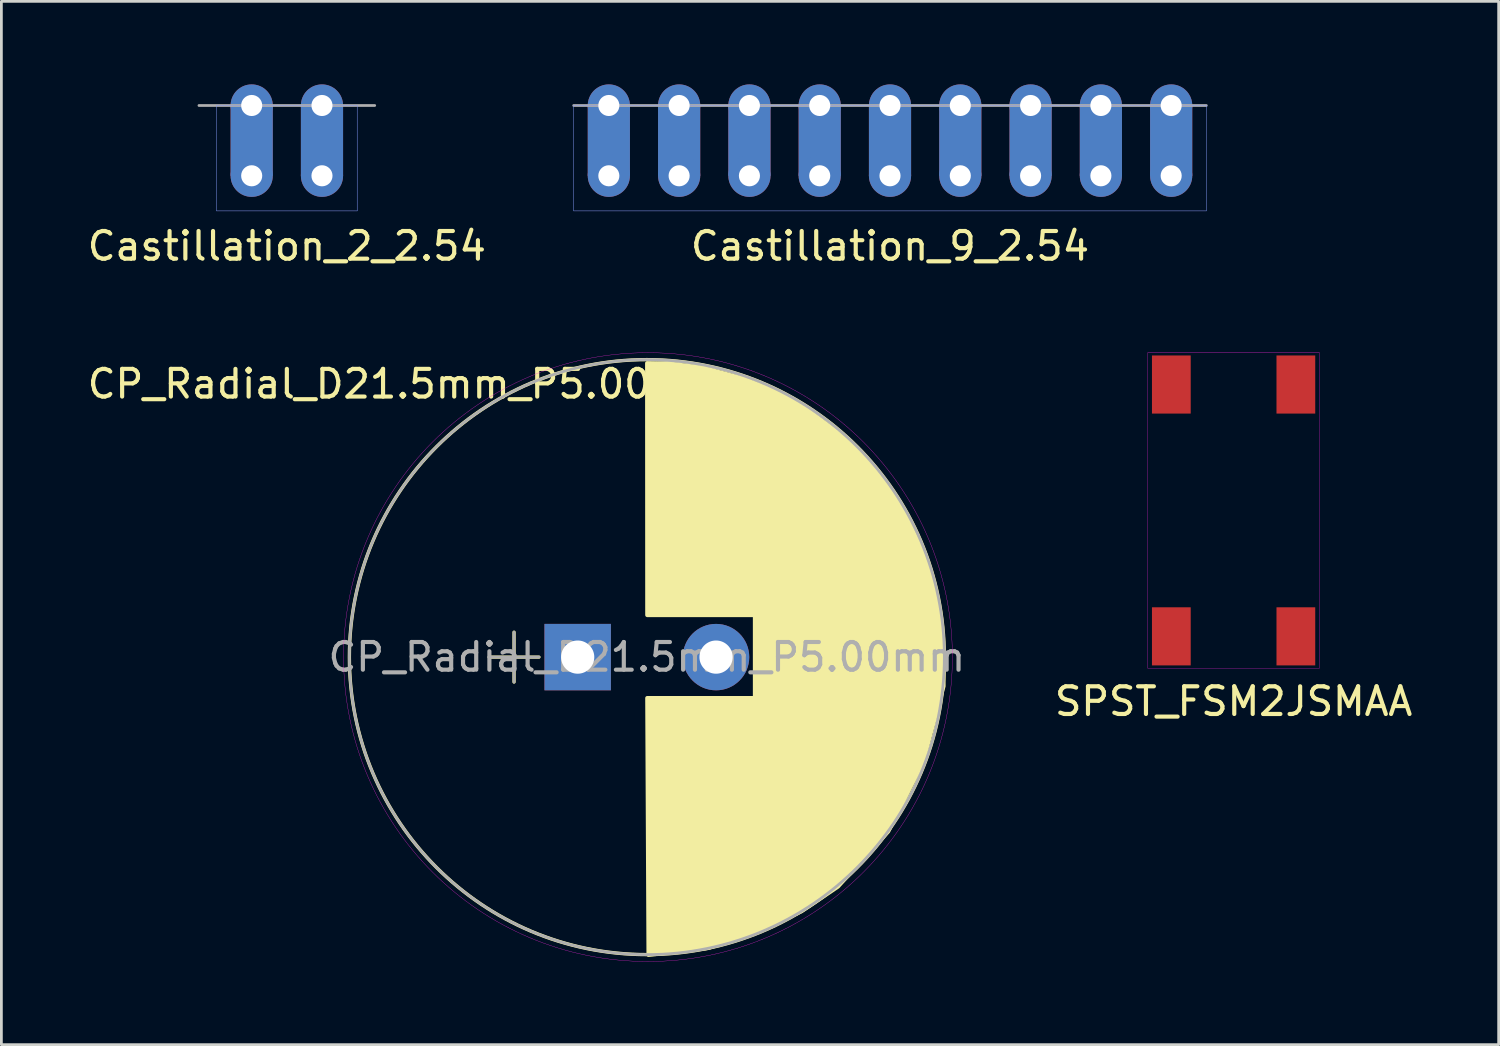
<source format=kicad_pcb>
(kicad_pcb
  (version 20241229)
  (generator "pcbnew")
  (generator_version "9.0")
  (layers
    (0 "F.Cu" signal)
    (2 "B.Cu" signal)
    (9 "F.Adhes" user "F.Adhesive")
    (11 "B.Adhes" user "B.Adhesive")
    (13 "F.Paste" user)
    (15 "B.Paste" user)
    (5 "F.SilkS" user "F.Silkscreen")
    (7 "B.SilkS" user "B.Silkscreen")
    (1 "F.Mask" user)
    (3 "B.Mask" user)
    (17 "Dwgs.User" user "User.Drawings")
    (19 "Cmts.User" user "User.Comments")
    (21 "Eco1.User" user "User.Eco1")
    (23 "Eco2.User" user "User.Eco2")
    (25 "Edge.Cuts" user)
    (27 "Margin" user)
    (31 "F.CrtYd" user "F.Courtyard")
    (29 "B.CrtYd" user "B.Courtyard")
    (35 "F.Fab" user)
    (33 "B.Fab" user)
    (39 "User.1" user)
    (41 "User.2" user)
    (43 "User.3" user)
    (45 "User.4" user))
  (footprint "Castillation_2_2.54"
    (layer "F.Cu")
    (at 6.045 3.302)
    (property "Reference" "Castillation_2_2.54" (at 1.27 2.54 0) (layer "F.SilkS") (effects (font (size 1 1) (thickness 0.15))))
    (attr through_hole)
    (fp_line (start -1.27 -2.54) (end 3.81 -2.54) (stroke (width 0.01) (type solid)) (layer "B.CrtYd"))
    (fp_line (start -1.27 1.27) (end -1.27 -2.54) (stroke (width 0.01) (type solid)) (layer "B.CrtYd"))
    (fp_line (start 3.81 -2.54) (end 3.81 1.27) (stroke (width 0.01) (type solid)) (layer "B.CrtYd"))
    (fp_line (start 3.81 1.27) (end -1.27 1.27) (stroke (width 0.01) (type solid)) (layer "B.CrtYd"))
    (fp_line (start -1.27 -2.54) (end 3.81 -2.54) (stroke (width 0.01) (type solid)) (layer "F.CrtYd"))
    (fp_line (start -1.27 1.27) (end -1.27 -2.54) (stroke (width 0.01) (type solid)) (layer "F.CrtYd"))
    (fp_line (start 3.81 -2.54) (end 3.81 1.27) (stroke (width 0.01) (type solid)) (layer "F.CrtYd"))
    (fp_line (start 3.81 1.27) (end -1.27 1.27) (stroke (width 0.01) (type solid)) (layer "F.CrtYd"))
    (fp_line (start -1.905 -2.54) (end 4.445 -2.54) (stroke (width 0.1) (type solid)) (layer "F.Fab"))
    (pad "1" thru_hole circle (at 0 -2.54) (size 1.524 1.524) (drill 0.762) (layers "*.Cu" "*.Mask"))
    (pad "1" smd rect (at 0 -1.27) (size 1.524 2.54) (layers "F.Cu" "F.Mask" "F.Paste"))
    (pad "1" smd rect (at 0 -1.27) (size 1.524 2.54) (layers "B.Cu" "B.Mask" "B.Paste"))
    (pad "1" thru_hole circle (at 0 0) (size 1.524 1.524) (drill 0.762) (layers "*.Cu" "*.Mask"))
    (pad "2" thru_hole circle (at 2.54 -2.54) (size 1.524 1.524) (drill 0.762) (layers "*.Cu" "*.Mask"))
    (pad "2" smd rect (at 2.54 -1.27) (size 1.524 2.54) (layers "F.Cu" "F.Mask" "F.Paste"))
    (pad "2" smd rect (at 2.54 -1.27) (size 1.524 2.54) (layers "B.Cu" "B.Mask" "B.Paste"))
    (pad "2" thru_hole circle (at 2.54 0) (size 1.524 1.524) (drill 0.762) (layers "*.Cu" "*.Mask")))
  (footprint "SPST_FSM2JSMAA"
    (layer "F.Cu")
    (at 41.527 15.395)
    (property "Reference" "SPST_FSM2JSMAA" (at 0 6.9 0) (layer "F.SilkS") (effects (font (size 1 1) (thickness 0.15))))
    (attr through_hole)
    (fp_line (start -3.1 -5.7) (end 3.1 -5.7) (stroke (width 0.01) (type solid)) (layer "F.CrtYd"))
    (fp_line (start -3.1 5.7) (end -3.1 -5.7) (stroke (width 0.01) (type solid)) (layer "F.CrtYd"))
    (fp_line (start 3.1 -5.7) (end 3.1 5.7) (stroke (width 0.01) (type solid)) (layer "F.CrtYd"))
    (fp_line (start 3.1 5.7) (end -3.1 5.7) (stroke (width 0.01) (type solid)) (layer "F.CrtYd"))
    (pad "1" smd rect (at 2.25 -4.55) (size 1.4 2.1) (layers "F.Cu" "F.Mask" "F.Paste"))
    (pad "2" smd rect (at 2.25 4.55) (size 1.4 2.1) (layers "F.Cu" "F.Mask" "F.Paste"))
    (pad "3" smd rect (at -2.25 -4.55) (size 1.4 2.1) (layers "F.Cu" "F.Mask" "F.Paste"))
    (pad "4" smd rect (at -2.25 4.55) (size 1.4 2.1) (layers "F.Cu" "F.Mask" "F.Paste")))
  (footprint "CP_Radial_D21.5mm_P5.00mm"
    (layer "F.Cu")
    (at 17.825 20.695)
    (property "Reference" "CP_Radial_D21.5mm_P5.00mm" (at -6.2 -9.87 0) (layer "F.SilkS") (effects (font (size 1 1) (thickness 0.15))))
    (attr through_hole)
    (fp_line (start -3.2 0) (end -1.4 0) (stroke (width 0.12) (type solid)) (layer "F.SilkS"))
    (fp_line (start -2.3 -0.9) (end -2.3 0.9) (stroke (width 0.12) (type solid)) (layer "F.SilkS"))
    (fp_arc (start 2.5 10.75) (mid -8.25 0) (end 2.5 -10.75) (stroke (width 0.01) (type solid)) (layer "F.SilkS"))
    (fp_arc (start 2.5 10.75) (mid -8.25 0) (end 2.5 -10.75) (stroke (width 0.01) (type solid)) (layer "F.SilkS"))
    (fp_circle (center 2.5 0) (end 13.25 0) (stroke (width 0.12) (type solid)) (fill no) (layer "F.SilkS"))
    (fp_poly (pts (xy 2.51 -10.62) (xy 2.515 -1.52) (xy 6.405 -1.52) (xy 6.405 1.48) (xy 2.515 1.48) (xy 2.56 10.76) (xy 4.732 10.508) (xy 6.87 9.76) (xy 8.09 9.18) (xy 9.4 8.295) (xy 11.22 6.3) (xy 12.47 3.8) (xy 13.22 1.05) (xy 13.22 0.3) (xy 13.12 -1.44) (xy 12.66 -3.38) (xy 11.65 -5.55) (xy 10.47 -7.13) (xy 9.57 -7.99) (xy 8 -9.15) (xy 7.29 -9.55) (xy 5.95 -10.07) (xy 4.55 -10.45) (xy 3.39 -10.6)) (stroke (width 0.15) (type solid)) (fill yes) (layer "F.SilkS"))
    (fp_circle (center 2.54 0) (end 13.54 0) (stroke (width 0.01) (type solid)) (fill no) (layer "F.CrtYd"))
    (fp_line (start -3.2 0) (end -1.4 0) (stroke (width 0.1) (type solid)) (layer "F.Fab"))
    (fp_line (start -2.3 -0.9) (end -2.3 0.9) (stroke (width 0.1) (type solid)) (layer "F.Fab"))
    (fp_circle (center 2.5 0) (end 13.25 0) (stroke (width 0.1) (type solid)) (fill no) (layer "F.Fab"))
    (fp_text user "${REFERENCE}" (at 2.5 0 0) (layer "F.Fab") (effects (font (size 1 1) (thickness 0.15))))
    (pad "1" thru_hole rect (at 0 0) (size 2.4 2.4) (drill 1.2) (layers "*.Cu" "*.Mask"))
    (pad "2" thru_hole circle (at 5 0) (size 2.4 2.4) (drill 1.2) (layers "*.Cu" "*.Mask")))
  (footprint "Castillation_9_2.54"
    (layer "F.Cu")
    (at 18.951 3.302)
    (property "Reference" "Castillation_9_2.54" (at 10.16 2.54 0) (layer "F.SilkS") (effects (font (size 1 1) (thickness 0.15))))
    (attr through_hole)
    (fp_line (start -1.27 -2.54) (end 21.59 -2.54) (stroke (width 0.01) (type solid)) (layer "B.CrtYd"))
    (fp_line (start -1.27 1.27) (end -1.27 -2.54) (stroke (width 0.01) (type solid)) (layer "B.CrtYd"))
    (fp_line (start 21.59 -2.54) (end 21.59 1.27) (stroke (width 0.01) (type solid)) (layer "B.CrtYd"))
    (fp_line (start 21.59 1.27) (end -1.27 1.27) (stroke (width 0.01) (type solid)) (layer "B.CrtYd"))
    (fp_line (start -1.27 -2.54) (end 21.59 -2.54) (stroke (width 0.01) (type solid)) (layer "F.CrtYd"))
    (fp_line (start -1.27 1.27) (end -1.27 -2.54) (stroke (width 0.01) (type solid)) (layer "F.CrtYd"))
    (fp_line (start 21.59 -2.54) (end 21.59 1.27) (stroke (width 0.01) (type solid)) (layer "F.CrtYd"))
    (fp_line (start 21.59 1.27) (end -1.27 1.27) (stroke (width 0.01) (type solid)) (layer "F.CrtYd"))
    (fp_line (start -1.27 -2.54) (end 21.59 -2.54) (stroke (width 0.1) (type solid)) (layer "F.Fab"))
    (pad "1" thru_hole circle (at 0 -2.54) (size 1.524 1.524) (drill 0.762) (layers "*.Cu" "*.Mask"))
    (pad "1" smd rect (at 0 -1.27) (size 1.524 2.54) (layers "F.Cu" "F.Mask" "F.Paste"))
    (pad "1" smd rect (at 0 -1.27) (size 1.524 2.54) (layers "B.Cu" "B.Mask" "B.Paste"))
    (pad "1" thru_hole circle (at 0 0) (size 1.524 1.524) (drill 0.762) (layers "*.Cu" "*.Mask"))
    (pad "2" thru_hole circle (at 2.54 -2.54) (size 1.524 1.524) (drill 0.762) (layers "*.Cu" "*.Mask"))
    (pad "2" smd rect (at 2.54 -1.27) (size 1.524 2.54) (layers "F.Cu" "F.Mask" "F.Paste"))
    (pad "2" smd rect (at 2.54 -1.27) (size 1.524 2.54) (layers "B.Cu" "B.Mask" "B.Paste"))
    (pad "2" thru_hole circle (at 2.54 0) (size 1.524 1.524) (drill 0.762) (layers "*.Cu" "*.Mask"))
    (pad "3" thru_hole circle (at 5.08 -2.54) (size 1.524 1.524) (drill 0.762) (layers "*.Cu" "*.Mask"))
    (pad "3" smd rect (at 5.08 -1.27) (size 1.524 2.54) (layers "F.Cu" "F.Mask" "F.Paste"))
    (pad "3" smd rect (at 5.08 -1.27) (size 1.524 2.54) (layers "B.Cu" "B.Mask" "B.Paste"))
    (pad "3" thru_hole circle (at 5.08 0) (size 1.524 1.524) (drill 0.762) (layers "*.Cu" "*.Mask"))
    (pad "4" thru_hole circle (at 7.62 -2.54) (size 1.524 1.524) (drill 0.762) (layers "*.Cu" "*.Mask"))
    (pad "4" smd rect (at 7.62 -1.27) (size 1.524 2.54) (layers "F.Cu" "F.Mask" "F.Paste"))
    (pad "4" smd rect (at 7.62 -1.27) (size 1.524 2.54) (layers "B.Cu" "B.Mask" "B.Paste"))
    (pad "4" thru_hole circle (at 7.62 0) (size 1.524 1.524) (drill 0.762) (layers "*.Cu" "*.Mask"))
    (pad "5" thru_hole circle (at 10.16 -2.54) (size 1.524 1.524) (drill 0.762) (layers "*.Cu" "*.Mask"))
    (pad "5" smd rect (at 10.16 -1.27) (size 1.524 2.54) (layers "F.Cu" "B.Mask" "B.Paste"))
    (pad "5" smd rect (at 10.16 -1.27) (size 1.524 2.54) (layers "F.Mask" "B.Cu" "F.Paste"))
    (pad "5" thru_hole circle (at 10.16 0) (size 1.524 1.524) (drill 0.762) (layers "*.Cu" "*.Mask"))
    (pad "6" thru_hole circle (at 12.7 -2.54) (size 1.524 1.524) (drill 0.762) (layers "*.Cu" "*.Mask"))
    (pad "6" smd rect (at 12.7 -1.27) (size 1.524 2.54) (layers "F.Cu" "B.Mask" "B.Paste"))
    (pad "6" smd rect (at 12.7 -1.27) (size 1.524 2.54) (layers "F.Mask" "B.Cu" "F.Paste"))
    (pad "6" thru_hole circle (at 12.7 0) (size 1.524 1.524) (drill 0.762) (layers "*.Cu" "*.Mask"))
    (pad "7" thru_hole circle (at 15.24 -2.54) (size 1.524 1.524) (drill 0.762) (layers "*.Cu" "*.Mask"))
    (pad "7" smd rect (at 15.24 -1.27) (size 1.524 2.54) (layers "F.Cu" "F.Mask" "F.Paste"))
    (pad "7" smd rect (at 15.24 -1.27) (size 1.524 2.54) (layers "B.Cu" "B.Mask" "B.Paste"))
    (pad "7" thru_hole circle (at 15.24 0) (size 1.524 1.524) (drill 0.762) (layers "*.Cu" "*.Mask"))
    (pad "8" thru_hole circle (at 17.78 -2.54) (size 1.524 1.524) (drill 0.762) (layers "*.Cu" "*.Mask"))
    (pad "8" smd rect (at 17.78 -1.27) (size 1.524 2.54) (layers "F.Cu" "B.Mask" "B.Paste"))
    (pad "8" smd rect (at 17.78 -1.27) (size 1.524 2.54) (layers "F.Mask" "B.Cu" "F.Paste"))
    (pad "8" thru_hole circle (at 17.78 0) (size 1.524 1.524) (drill 0.762) (layers "*.Cu" "*.Mask"))
    (pad "9" thru_hole circle (at 20.32 -2.54) (size 1.524 1.524) (drill 0.762) (layers "*.Cu" "*.Mask"))
    (pad "9" smd rect (at 20.32 -1.27) (size 1.524 2.54) (layers "F.Cu" "F.Mask" "F.Paste"))
    (pad "9" smd rect (at 20.32 -1.27) (size 1.524 2.54) (layers "B.Cu" "B.Mask" "B.Paste"))
    (pad "9" thru_hole circle (at 20.32 0) (size 1.524 1.524) (drill 0.762) (layers "*.Cu" "*.Mask")))
  (gr_rect
    (start -3 -3)
    (end 51.105 34.7)
    (stroke (width 0.1) (type default))
    (fill no)
    (layer "Edge.Cuts")))
</source>
